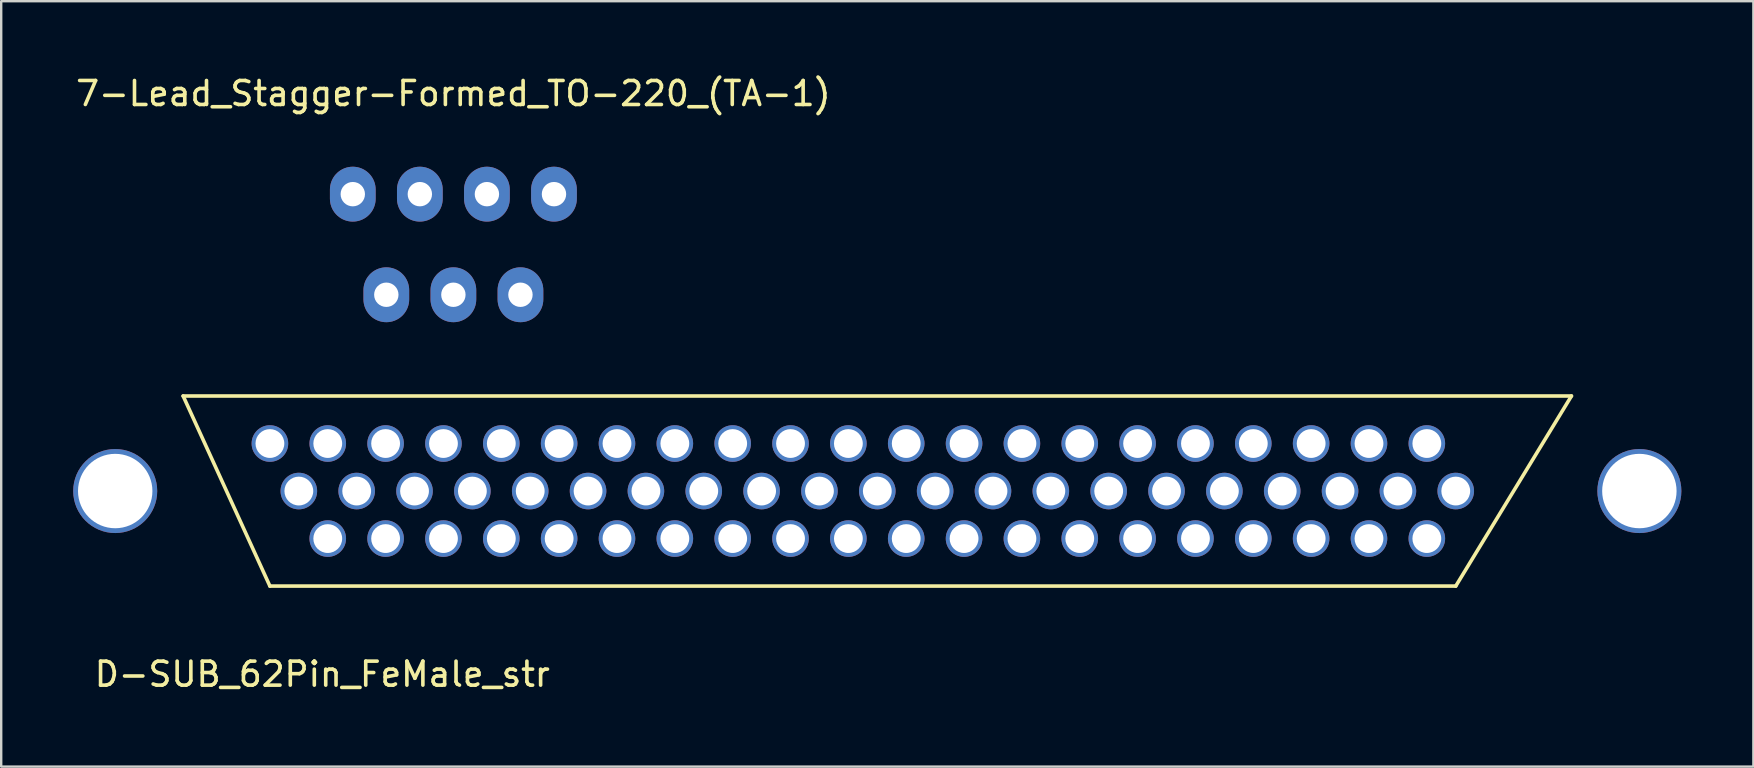
<source format=kicad_pcb>
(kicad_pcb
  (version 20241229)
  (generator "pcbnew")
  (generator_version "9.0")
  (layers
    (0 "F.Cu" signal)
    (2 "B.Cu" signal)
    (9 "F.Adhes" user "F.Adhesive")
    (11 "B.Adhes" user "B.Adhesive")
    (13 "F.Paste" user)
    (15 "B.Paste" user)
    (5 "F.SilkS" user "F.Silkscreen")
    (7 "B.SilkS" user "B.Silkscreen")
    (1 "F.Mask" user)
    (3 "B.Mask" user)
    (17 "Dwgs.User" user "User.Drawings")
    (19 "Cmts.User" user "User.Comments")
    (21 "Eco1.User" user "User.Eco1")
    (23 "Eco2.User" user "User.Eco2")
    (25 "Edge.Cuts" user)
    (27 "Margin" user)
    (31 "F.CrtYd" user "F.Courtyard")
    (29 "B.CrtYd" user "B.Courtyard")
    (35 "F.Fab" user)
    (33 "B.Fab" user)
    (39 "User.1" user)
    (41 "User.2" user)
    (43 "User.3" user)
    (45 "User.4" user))
  (footprint "D-SUB_62Pin_FeMale_str"
    (layer "F.Cu")
    (at 33.5 17.408)
    (property "Reference" "D-SUB_62Pin_FeMale_str" (at -23.122 7.631 180) (layer "F.SilkS") (effects (font (size 1 1) (thickness 0.15))))
    (attr through_hole)
    (fp_line (start -28.92 -3.96) (end -25.305 3.96) (stroke (width 0.15) (type solid)) (layer "F.SilkS"))
    (fp_line (start -28.92 -3.96) (end 28.92 -3.96) (stroke (width 0.15) (type solid)) (layer "F.SilkS"))
    (fp_line (start 24.1 3.96) (end -25.305 3.96) (stroke (width 0.15) (type solid)) (layer "F.SilkS"))
    (fp_line (start 24.1 3.96) (end 28.92 -3.96) (stroke (width 0.15) (type solid)) (layer "F.SilkS"))
    (pad "1" thru_hole circle (at 22.895 -1.98 180) (size 1.524 1.524) (drill 1.2) (layers "*.Cu" "*.Mask"))
    (pad "2" thru_hole circle (at 20.485 -1.98 180) (size 1.524 1.524) (drill 1.2) (layers "*.Cu" "*.Mask"))
    (pad "3" thru_hole circle (at 18.075 -1.98 180) (size 1.524 1.524) (drill 1.2) (layers "*.Cu" "*.Mask"))
    (pad "4" thru_hole circle (at 15.665 -1.98 180) (size 1.524 1.524) (drill 1.2) (layers "*.Cu" "*.Mask"))
    (pad "5" thru_hole circle (at 13.255 -1.98 180) (size 1.524 1.524) (drill 1.2) (layers "*.Cu" "*.Mask"))
    (pad "6" thru_hole circle (at 10.845 -1.98 180) (size 1.524 1.524) (drill 1.2) (layers "*.Cu" "*.Mask"))
    (pad "7" thru_hole circle (at 8.435 -1.98 180) (size 1.524 1.524) (drill 1.2) (layers "*.Cu" "*.Mask"))
    (pad "8" thru_hole circle (at 6.025 -1.98 180) (size 1.524 1.524) (drill 1.2) (layers "*.Cu" "*.Mask"))
    (pad "9" thru_hole circle (at 3.615 -1.98 180) (size 1.524 1.524) (drill 1.2) (layers "*.Cu" "*.Mask"))
    (pad "10" thru_hole circle (at 1.205 -1.98 180) (size 1.524 1.524) (drill 1.2) (layers "*.Cu" "*.Mask"))
    (pad "11" thru_hole circle (at -1.205 -1.98 180) (size 1.524 1.524) (drill 1.2) (layers "*.Cu" "*.Mask"))
    (pad "12" thru_hole circle (at -3.615 -1.98 180) (size 1.524 1.524) (drill 1.2) (layers "*.Cu" "*.Mask"))
    (pad "13" thru_hole circle (at -6.025 -1.98 180) (size 1.524 1.524) (drill 1.2) (layers "*.Cu" "*.Mask"))
    (pad "14" thru_hole circle (at -8.435 -1.98 180) (size 1.524 1.524) (drill 1.2) (layers "*.Cu" "*.Mask"))
    (pad "15" thru_hole circle (at -10.845 -1.98 180) (size 1.524 1.524) (drill 1.2) (layers "*.Cu" "*.Mask"))
    (pad "16" thru_hole circle (at -13.255 -1.98 180) (size 1.524 1.524) (drill 1.2) (layers "*.Cu" "*.Mask"))
    (pad "17" thru_hole circle (at -15.665 -1.98 180) (size 1.524 1.524) (drill 1.2) (layers "*.Cu" "*.Mask"))
    (pad "18" thru_hole circle (at -18.075 -1.98 180) (size 1.524 1.524) (drill 1.2) (layers "*.Cu" "*.Mask"))
    (pad "19" thru_hole circle (at -20.485 -1.98 180) (size 1.524 1.524) (drill 1.2) (layers "*.Cu" "*.Mask"))
    (pad "20" thru_hole circle (at -22.895 -1.98 180) (size 1.524 1.524) (drill 1.2) (layers "*.Cu" "*.Mask"))
    (pad "21" thru_hole circle (at -25.305 -1.98 180) (size 1.524 1.524) (drill 1.2) (layers "*.Cu" "*.Mask"))
    (pad "22" thru_hole circle (at 24.1 0 180) (size 1.524 1.524) (drill 1.2) (layers "*.Cu" "*.Mask"))
    (pad "23" thru_hole circle (at 21.69 0 180) (size 1.524 1.524) (drill 1.2) (layers "*.Cu" "*.Mask"))
    (pad "24" thru_hole circle (at 19.28 0 180) (size 1.524 1.524) (drill 1.2) (layers "*.Cu" "*.Mask"))
    (pad "25" thru_hole circle (at 16.87 0 180) (size 1.524 1.524) (drill 1.2) (layers "*.Cu" "*.Mask"))
    (pad "26" thru_hole circle (at 14.46 0 180) (size 1.524 1.524) (drill 1.2) (layers "*.Cu" "*.Mask"))
    (pad "27" thru_hole circle (at 12.05 0 180) (size 1.524 1.524) (drill 1.2) (layers "*.Cu" "*.Mask"))
    (pad "28" thru_hole circle (at 9.64 0 180) (size 1.524 1.524) (drill 1.2) (layers "*.Cu" "*.Mask"))
    (pad "29" thru_hole circle (at 7.23 0 180) (size 1.524 1.524) (drill 1.2) (layers "*.Cu" "*.Mask"))
    (pad "30" thru_hole circle (at 4.82 0 180) (size 1.524 1.524) (drill 1.2) (layers "*.Cu" "*.Mask"))
    (pad "31" thru_hole circle (at 2.41 0 180) (size 1.524 1.524) (drill 1.2) (layers "*.Cu" "*.Mask"))
    (pad "32" thru_hole circle (at 0 0 180) (size 1.524 1.524) (drill 1.2) (layers "*.Cu" "*.Mask"))
    (pad "33" thru_hole circle (at -2.41 0 180) (size 1.524 1.524) (drill 1.2) (layers "*.Cu" "*.Mask"))
    (pad "34" thru_hole circle (at -4.82 0 180) (size 1.524 1.524) (drill 1.2) (layers "*.Cu" "*.Mask"))
    (pad "35" thru_hole circle (at -7.23 0 180) (size 1.524 1.524) (drill 1.2) (layers "*.Cu" "*.Mask"))
    (pad "36" thru_hole circle (at -9.64 0 180) (size 1.524 1.524) (drill 1.2) (layers "*.Cu" "*.Mask"))
    (pad "37" thru_hole circle (at -12.05 0 180) (size 1.524 1.524) (drill 1.2) (layers "*.Cu" "*.Mask"))
    (pad "38" thru_hole circle (at -14.46 0 180) (size 1.524 1.524) (drill 1.2) (layers "*.Cu" "*.Mask"))
    (pad "39" thru_hole circle (at -16.87 0 180) (size 1.524 1.524) (drill 1.2) (layers "*.Cu" "*.Mask"))
    (pad "40" thru_hole circle (at -19.28 0 180) (size 1.524 1.524) (drill 1.2) (layers "*.Cu" "*.Mask"))
    (pad "41" thru_hole circle (at -21.69 0 180) (size 1.524 1.524) (drill 1.2) (layers "*.Cu" "*.Mask"))
    (pad "42" thru_hole circle (at -24.1 0 180) (size 1.524 1.524) (drill 1.2) (layers "*.Cu" "*.Mask"))
    (pad "43" thru_hole circle (at 22.895 1.98 180) (size 1.524 1.524) (drill 1.2) (layers "*.Cu" "*.Mask"))
    (pad "44" thru_hole circle (at 20.485 1.98 180) (size 1.524 1.524) (drill 1.2) (layers "*.Cu" "*.Mask"))
    (pad "45" thru_hole circle (at 18.075 1.98 180) (size 1.524 1.524) (drill 1.2) (layers "*.Cu" "*.Mask"))
    (pad "46" thru_hole circle (at 15.665 1.98 180) (size 1.524 1.524) (drill 1.2) (layers "*.Cu" "*.Mask"))
    (pad "47" thru_hole circle (at 13.255 1.98 180) (size 1.524 1.524) (drill 1.2) (layers "*.Cu" "*.Mask"))
    (pad "48" thru_hole circle (at 10.845 1.98 180) (size 1.524 1.524) (drill 1.2) (layers "*.Cu" "*.Mask"))
    (pad "49" thru_hole circle (at 8.435 1.98 180) (size 1.524 1.524) (drill 1.2) (layers "*.Cu" "*.Mask"))
    (pad "50" thru_hole circle (at 6.025 1.98 180) (size 1.524 1.524) (drill 1.2) (layers "*.Cu" "*.Mask"))
    (pad "51" thru_hole circle (at 3.615 1.98 180) (size 1.524 1.524) (drill 1.2) (layers "*.Cu" "*.Mask"))
    (pad "52" thru_hole circle (at 1.205 1.98 180) (size 1.524 1.524) (drill 1.2) (layers "*.Cu" "*.Mask"))
    (pad "53" thru_hole circle (at -1.205 1.98 180) (size 1.524 1.524) (drill 1.2) (layers "*.Cu" "*.Mask"))
    (pad "54" thru_hole circle (at -3.615 1.98 180) (size 1.524 1.524) (drill 1.2) (layers "*.Cu" "*.Mask"))
    (pad "55" thru_hole circle (at -6.025 1.98 180) (size 1.524 1.524) (drill 1.2) (layers "*.Cu" "*.Mask"))
    (pad "56" thru_hole circle (at -8.435 1.98 180) (size 1.524 1.524) (drill 1.2) (layers "*.Cu" "*.Mask"))
    (pad "57" thru_hole circle (at -10.845 1.98 180) (size 1.524 1.524) (drill 1.2) (layers "*.Cu" "*.Mask"))
    (pad "58" thru_hole circle (at -13.255 1.98 180) (size 1.524 1.524) (drill 1.2) (layers "*.Cu" "*.Mask"))
    (pad "59" thru_hole circle (at -15.665 1.98 180) (size 1.524 1.524) (drill 1.2) (layers "*.Cu" "*.Mask"))
    (pad "60" thru_hole circle (at -18.075 1.98 180) (size 1.524 1.524) (drill 1.2) (layers "*.Cu" "*.Mask"))
    (pad "61" thru_hole circle (at -20.485 1.98 180) (size 1.524 1.524) (drill 1.2) (layers "*.Cu" "*.Mask"))
    (pad "62" thru_hole circle (at -22.895 1.98 180) (size 1.524 1.524) (drill 1.2) (layers "*.Cu" "*.Mask"))
    (pad "~" thru_hole circle (at -31.75 0) (size 3.5 3.5) (drill 3.1) (layers "*.Cu" "*.Mask"))
    (pad "~" thru_hole circle (at 31.75 0) (size 3.5 3.5) (drill 3.1) (layers "*.Cu" "*.Mask")))
  (footprint "7-Lead_Stagger-Formed_TO-220_(TA-1)"
    (layer "F.Cu")
    (at 15.839 9.23)
    (property "Reference" "7-Lead_Stagger-Formed_TO-220_(TA-1)" (at 0 -8.382 0) (layer "F.SilkS") (effects (font (size 1 1) (thickness 0.15))))
    (attr through_hole)
    (pad "1" thru_hole oval (at -4.191 -4.191) (size 1.905 2.286) (drill 1.016) (layers "*.Cu" "*.Mask"))
    (pad "2" thru_hole oval (at -2.794 0) (size 1.905 2.286) (drill 1.016) (layers "*.Cu" "*.Mask"))
    (pad "3" thru_hole oval (at -1.397 -4.191) (size 1.905 2.286) (drill 1.016) (layers "*.Cu" "*.Mask"))
    (pad "4" thru_hole oval (at 0 0) (size 1.905 2.286) (drill 1.016) (layers "*.Cu" "*.Mask"))
    (pad "5" thru_hole oval (at 1.397 -4.191) (size 1.905 2.286) (drill 1.016) (layers "*.Cu" "*.Mask"))
    (pad "6" thru_hole oval (at 2.794 0) (size 1.905 2.286) (drill 1.016) (layers "*.Cu" "*.Mask"))
    (pad "7" thru_hole oval (at 4.191 -4.191) (size 1.905 2.286) (drill 1.016) (layers "*.Cu" "*.Mask")))
  (gr_rect
    (start -3 -3)
    (end 70 28.888)
    (stroke (width 0.1) (type default))
    (fill no)
    (layer "Edge.Cuts")))
</source>
